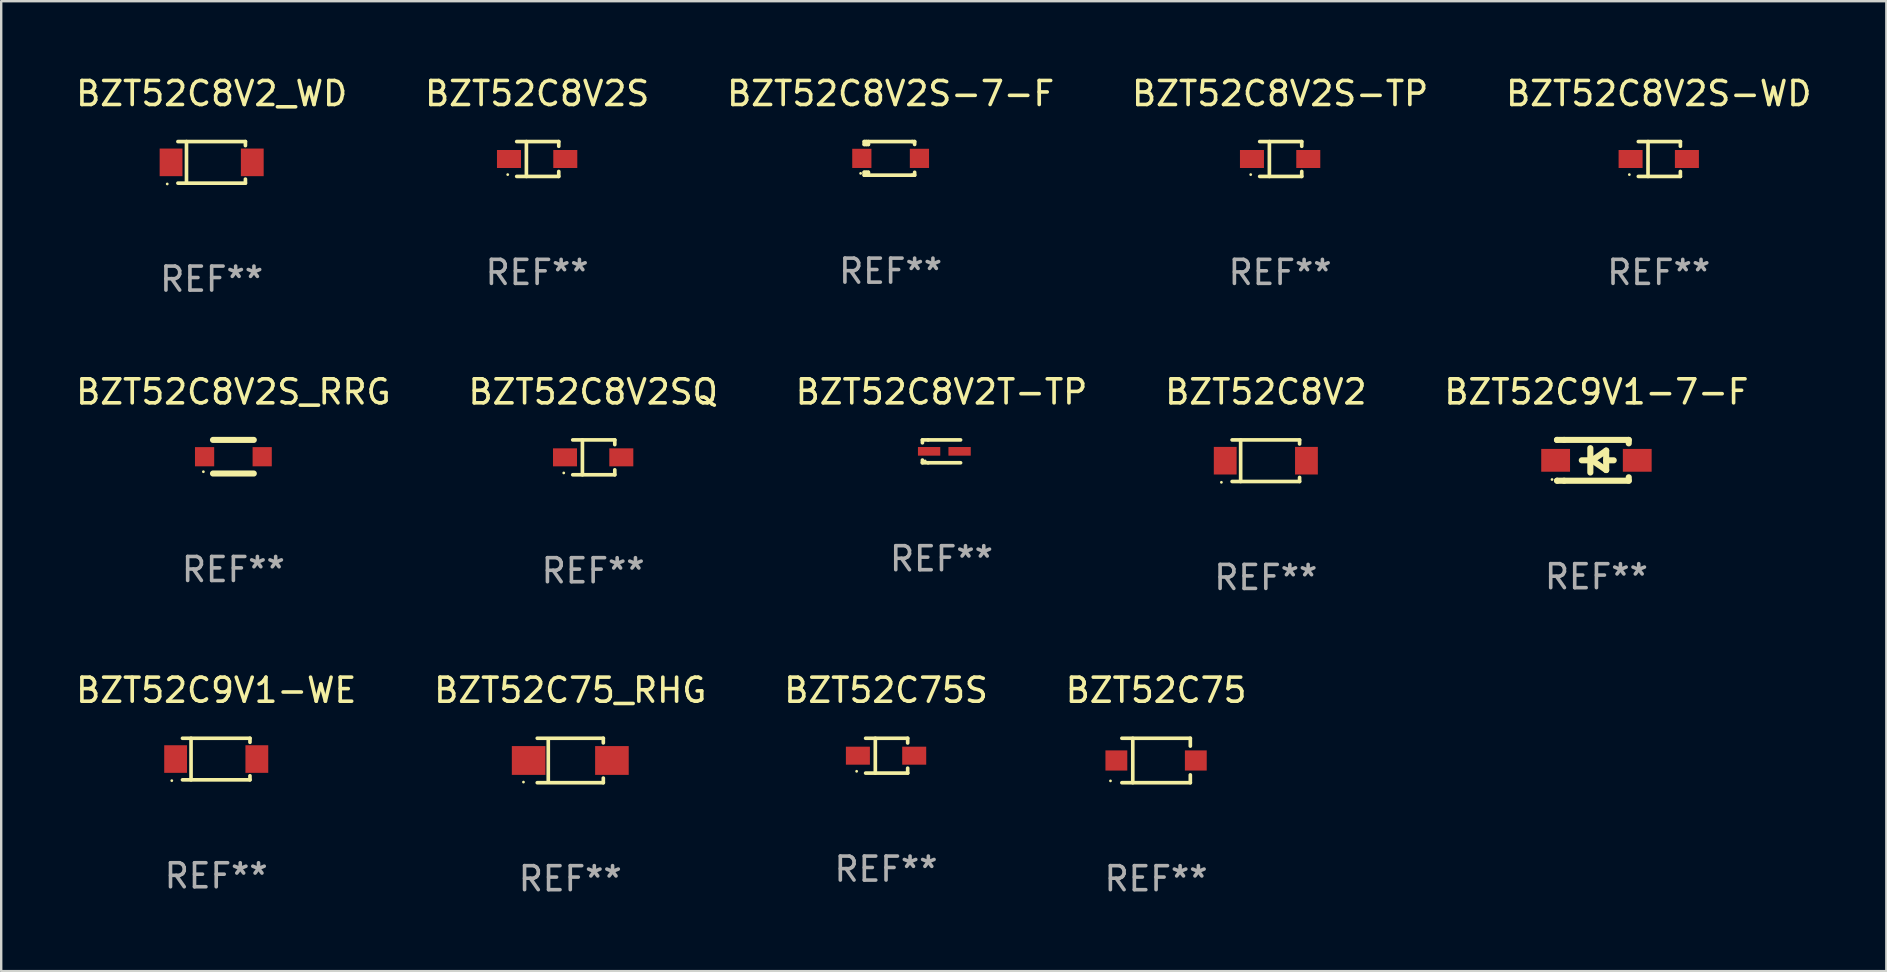
<source format=kicad_pcb>
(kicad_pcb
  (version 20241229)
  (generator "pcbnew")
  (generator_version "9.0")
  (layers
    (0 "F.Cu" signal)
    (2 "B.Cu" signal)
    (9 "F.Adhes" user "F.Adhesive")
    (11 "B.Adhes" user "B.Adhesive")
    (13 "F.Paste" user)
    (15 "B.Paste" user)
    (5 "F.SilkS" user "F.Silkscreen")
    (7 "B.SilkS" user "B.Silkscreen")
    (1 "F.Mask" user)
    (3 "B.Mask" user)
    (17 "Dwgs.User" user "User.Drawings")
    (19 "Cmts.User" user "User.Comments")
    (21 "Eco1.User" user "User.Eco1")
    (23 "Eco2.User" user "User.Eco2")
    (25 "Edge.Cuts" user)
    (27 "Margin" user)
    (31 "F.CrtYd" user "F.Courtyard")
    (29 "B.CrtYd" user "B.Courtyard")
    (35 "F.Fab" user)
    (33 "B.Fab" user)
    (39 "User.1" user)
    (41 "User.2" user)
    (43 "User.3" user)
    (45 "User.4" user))
  (footprint "BZT52C8V2S"
    (layer "F.Cu")
    (at 19.327 3.574)
    (property "Reference" "BZT52C8V2S" (at 0 -2.726 0) (layer "F.SilkS") (effects (font (size 1 1) (thickness 0.15))))
    (attr through_hole)
    (fp_line (start -0.851 -0.726) (end 0.901 -0.726) (stroke (width 0.152) (type solid)) (layer "F.SilkS"))
    (fp_line (start -0.851 0.726) (end 0.901 0.726) (stroke (width 0.152) (type solid)) (layer "F.SilkS"))
    (fp_line (start -0.447 -0.726) (end -0.447 0.726) (stroke (width 0.152) (type solid)) (layer "F.SilkS"))
    (fp_line (start 0.901 -0.726) (end 0.901 -0.53) (stroke (width 0.152) (type solid)) (layer "F.SilkS"))
    (fp_line (start 0.901 0.726) (end 0.901 0.52) (stroke (width 0.152) (type solid)) (layer "F.SilkS"))
    (fp_circle (center -1.225 0.65) (end -1.195 0.65) (stroke (width 0.06) (type solid)) (fill no) (layer "F.SilkS"))
    (fp_text user "REF**" (at 0 4.726 0) (layer "F.Fab") (effects (font (size 1 1) (thickness 0.15))))
    (pad "1" smd rect (at -1.173 0) (size 1 0.75) (layers "F.Cu" "F.Mask" "F.Paste"))
    (pad "2" smd rect (at 1.173 0) (size 1 0.75) (layers "F.Cu" "F.Mask" "F.Paste")))
  (footprint "BZT52C9V1-7-F"
    (layer "F.Cu")
    (at 63.458 16.127)
    (property "Reference" "BZT52C9V1-7-F" (at 0 -2.85 0) (layer "F.SilkS") (effects (font (size 1 1) (thickness 0.15))))
    (attr through_hole)
    (fp_line (start -1.643 -0.85) (end -1.644 -0.849) (stroke (width 0.254) (type solid)) (layer "F.SilkS"))
    (fp_line (start -1.638 0.85) (end -1.639 0.849) (stroke (width 0.254) (type solid)) (layer "F.SilkS"))
    (fp_line (start -1.346 -0.85) (end -1.643 -0.85) (stroke (width 0.254) (type solid)) (layer "F.SilkS"))
    (fp_line (start -1.346 -0.85) (end 1.346 -0.85) (stroke (width 0.254) (type solid)) (layer "F.SilkS"))
    (fp_line (start -1.346 0.85) (end -1.638 0.85) (stroke (width 0.254) (type solid)) (layer "F.SilkS"))
    (fp_line (start -0.28 0) (end -0.61 0) (stroke (width 0.254) (type solid)) (layer "F.SilkS"))
    (fp_line (start -0.254 -0.508) (end -0.254 0.508) (stroke (width 0.254) (type solid)) (layer "F.SilkS"))
    (fp_line (start -0.178 0) (end 0.406 -0.406) (stroke (width 0.254) (type solid)) (layer "F.SilkS"))
    (fp_line (start 0.406 -0.406) (end 0.406 0.406) (stroke (width 0.254) (type solid)) (layer "F.SilkS"))
    (fp_line (start 0.406 -0.000254) (end 0.72 -0.000254) (stroke (width 0.254) (type solid)) (layer "F.SilkS"))
    (fp_line (start 0.406 0.406) (end -0.178 0) (stroke (width 0.254) (type solid)) (layer "F.SilkS"))
    (fp_line (start 1.346 -0.85) (end 1.346 -0.706) (stroke (width 0.254) (type solid)) (layer "F.SilkS"))
    (fp_line (start 1.346 0.706) (end 1.346 0.85) (stroke (width 0.254) (type solid)) (layer "F.SilkS"))
    (fp_line (start 1.346 0.85) (end -1.346 0.85) (stroke (width 0.254) (type solid)) (layer "F.SilkS"))
    (fp_circle (center -1.85 0.8) (end -1.82 0.8) (stroke (width 0.06) (type solid)) (fill no) (layer "F.SilkS"))
    (fp_text user "REF**" (at 0 4.85 0) (layer "F.Fab") (effects (font (size 1 1) (thickness 0.15))))
    (pad "1" smd rect (at -1.7 0) (size 1.2 0.95) (layers "F.Cu" "F.Mask" "F.Paste"))
    (pad "2" smd rect (at 1.7 0) (size 1.2 0.95) (layers "F.Cu" "F.Mask" "F.Paste")))
  (footprint "BZT52C8V2T-TP"
    (layer "F.Cu")
    (at 36.173 15.753)
    (property "Reference" "BZT52C8V2T-TP" (at 0 -2.476 0) (layer "F.SilkS") (effects (font (size 1 1) (thickness 0.15))))
    (attr through_hole)
    (fp_line (start -0.795 -0.476) (end -0.795 -0.356) (stroke (width 0.152) (type solid)) (layer "F.SilkS"))
    (fp_line (start -0.795 0.363) (end -0.795 0.476) (stroke (width 0.152) (type solid)) (layer "F.SilkS"))
    (fp_line (start -0.795 0.476) (end -0.557 0.476) (stroke (width 0.152) (type solid)) (layer "F.SilkS"))
    (fp_line (start -0.557 -0.476) (end -0.795 -0.476) (stroke (width 0.152) (type solid)) (layer "F.SilkS"))
    (fp_line (start -0.557 -0.476) (end 0.795 -0.476) (stroke (width 0.152) (type solid)) (layer "F.SilkS"))
    (fp_line (start -0.557 0.476) (end 0.795 0.476) (stroke (width 0.152) (type solid)) (layer "F.SilkS"))
    (fp_circle (center -0.681 0.4) (end -0.651 0.4) (stroke (width 0.06) (type solid)) (fill no) (layer "F.SilkS"))
    (fp_text user "REF**" (at 0 4.476 0) (layer "F.Fab") (effects (font (size 1 1) (thickness 0.15))))
    (pad "1" smd rect (at -0.516 0 180) (size 0.93 0.36) (layers "F.Cu" "F.Mask" "F.Paste"))
    (pad "2" smd rect (at 0.754 0 180) (size 0.93 0.36) (layers "F.Cu" "F.Mask" "F.Paste")))
  (footprint "BZT52C8V2S-WD"
    (layer "F.Cu")
    (at 66.054 3.574)
    (property "Reference" "BZT52C8V2S-WD" (at 0 -2.726 0) (layer "F.SilkS") (effects (font (size 1 1) (thickness 0.15))))
    (attr through_hole)
    (fp_line (start -0.851 -0.726) (end 0.901 -0.726) (stroke (width 0.152) (type solid)) (layer "F.SilkS"))
    (fp_line (start -0.851 0.726) (end 0.901 0.726) (stroke (width 0.152) (type solid)) (layer "F.SilkS"))
    (fp_line (start -0.447 -0.726) (end -0.447 0.726) (stroke (width 0.152) (type solid)) (layer "F.SilkS"))
    (fp_line (start 0.901 -0.726) (end 0.901 -0.53) (stroke (width 0.152) (type solid)) (layer "F.SilkS"))
    (fp_line (start 0.901 0.726) (end 0.901 0.52) (stroke (width 0.152) (type solid)) (layer "F.SilkS"))
    (fp_circle (center -1.225 0.65) (end -1.195 0.65) (stroke (width 0.06) (type solid)) (fill no) (layer "F.SilkS"))
    (fp_text user "REF**" (at 0 4.726 0) (layer "F.Fab") (effects (font (size 1 1) (thickness 0.15))))
    (pad "1" smd rect (at -1.173 0) (size 1 0.75) (layers "F.Cu" "F.Mask" "F.Paste"))
    (pad "2" smd rect (at 1.173 0) (size 1 0.75) (layers "F.Cu" "F.Mask" "F.Paste")))
  (footprint "BZT52C75_RHG"
    (layer "F.Cu")
    (at 20.708 28.632)
    (property "Reference" "BZT52C75_RHG" (at 0 -2.926 0) (layer "F.SilkS") (effects (font (size 1 1) (thickness 0.15))))
    (attr through_hole)
    (fp_line (start -1.376 -0.926) (end 1.376 -0.926) (stroke (width 0.152) (type solid)) (layer "F.SilkS"))
    (fp_line (start -1.376 0.926) (end 1.376 0.926) (stroke (width 0.152) (type solid)) (layer "F.SilkS"))
    (fp_line (start -0.917 -0.876) (end -0.917 0.876) (stroke (width 0.152) (type solid)) (layer "F.SilkS"))
    (fp_line (start 1.376 -0.926) (end 1.376 -0.733) (stroke (width 0.152) (type solid)) (layer "F.SilkS"))
    (fp_line (start 1.376 0.926) (end 1.376 0.733) (stroke (width 0.152) (type solid)) (layer "F.SilkS"))
    (fp_circle (center -1.95 0.9) (end -1.92 0.9) (stroke (width 0.06) (type solid)) (fill no) (layer "F.SilkS"))
    (fp_text user "REF**" (at 0 4.926 0) (layer "F.Fab") (effects (font (size 1 1) (thickness 0.15))))
    (pad "1" smd rect (at -1.735 0) (size 1.4 1.2) (layers "F.Cu" "F.Mask" "F.Paste"))
    (pad "2" smd rect (at 1.735 0) (size 1.4 1.2) (layers "F.Cu" "F.Mask" "F.Paste")))
  (footprint "BZT52C75"
    (layer "F.Cu")
    (at 45.113 28.632)
    (property "Reference" "BZT52C75" (at 0 -2.926 0) (layer "F.SilkS") (effects (font (size 1 1) (thickness 0.15))))
    (attr through_hole)
    (fp_line (start -1.426 0.926) (end 1.426 0.926) (stroke (width 0.152) (type solid)) (layer "F.SilkS"))
    (fp_line (start -1.426 -0.926) (end 1.426 -0.926) (stroke (width 0.152) (type solid)) (layer "F.SilkS"))
    (fp_line (start -0.971 0.926) (end -0.971 -0.926) (stroke (width 0.152) (type solid)) (layer "F.SilkS"))
    (fp_line (start 1.426 -0.926) (end 1.426 -0.6) (stroke (width 0.152) (type solid)) (layer "F.SilkS"))
    (fp_line (start 1.426 0.6) (end 1.426 0.926) (stroke (width 0.152) (type solid)) (layer "F.SilkS"))
    (fp_circle (center -1.9 0.85) (end -1.87 0.85) (stroke (width 0.06) (type solid)) (fill no) (layer "F.SilkS"))
    (fp_text user "REF**" (at 0 4.926 0) (layer "F.Fab") (effects (font (size 1 1) (thickness 0.15))))
    (pad "1" smd rect (at -1.655 -0.000064) (size 0.91 0.84) (layers "F.Cu" "F.Mask" "F.Paste"))
    (pad "2" smd rect (at 1.655 -0.000064) (size 0.91 0.84) (layers "F.Cu" "F.Mask" "F.Paste")))
  (footprint "BZT52C8V2"
    (layer "F.Cu")
    (at 49.685 16.143)
    (property "Reference" "BZT52C8V2" (at 0 -2.866 0) (layer "F.SilkS") (effects (font (size 1 1) (thickness 0.15))))
    (attr through_hole)
    (fp_line (start -1.406 -0.866) (end 1.406 -0.866) (stroke (width 0.152) (type solid)) (layer "F.SilkS"))
    (fp_line (start -1.406 0.866) (end 1.406 0.866) (stroke (width 0.152) (type solid)) (layer "F.SilkS"))
    (fp_line (start -1.049 -0.866) (end -1.049 0.866) (stroke (width 0.152) (type solid)) (layer "F.SilkS"))
    (fp_line (start 1.406 -0.866) (end 1.406 -0.698) (stroke (width 0.152) (type solid)) (layer "F.SilkS"))
    (fp_line (start 1.406 0.866) (end 1.406 0.698) (stroke (width 0.152) (type solid)) (layer "F.SilkS"))
    (fp_circle (center -1.851 0.9) (end -1.821 0.9) (stroke (width 0.06) (type solid)) (fill no) (layer "F.SilkS"))
    (fp_text user "REF**" (at 0 4.866 0) (layer "F.Fab") (effects (font (size 1 1) (thickness 0.15))))
    (pad "1" smd rect (at -1.692 0) (size 0.95 1.15) (layers "F.Cu" "F.Mask" "F.Paste"))
    (pad "2" smd rect (at 1.692 0) (size 0.95 1.15) (layers "F.Cu" "F.Mask" "F.Paste")))
  (footprint "BZT52C9V1-WE"
    (layer "F.Cu")
    (at 5.958 28.572)
    (property "Reference" "BZT52C9V1-WE" (at 0 -2.866 0) (layer "F.SilkS") (effects (font (size 1 1) (thickness 0.15))))
    (attr through_hole)
    (fp_line (start -1.406 -0.866) (end 1.406 -0.866) (stroke (width 0.152) (type solid)) (layer "F.SilkS"))
    (fp_line (start -1.406 0.866) (end 1.406 0.866) (stroke (width 0.152) (type solid)) (layer "F.SilkS"))
    (fp_line (start -1.049 -0.866) (end -1.049 0.866) (stroke (width 0.152) (type solid)) (layer "F.SilkS"))
    (fp_line (start 1.406 -0.866) (end 1.406 -0.698) (stroke (width 0.152) (type solid)) (layer "F.SilkS"))
    (fp_line (start 1.406 0.866) (end 1.406 0.698) (stroke (width 0.152) (type solid)) (layer "F.SilkS"))
    (fp_circle (center -1.851 0.9) (end -1.821 0.9) (stroke (width 0.06) (type solid)) (fill no) (layer "F.SilkS"))
    (fp_text user "REF**" (at 0 4.866 0) (layer "F.Fab") (effects (font (size 1 1) (thickness 0.15))))
    (pad "1" smd rect (at -1.692 0) (size 0.95 1.15) (layers "F.Cu" "F.Mask" "F.Paste"))
    (pad "2" smd rect (at 1.692 0) (size 0.95 1.15) (layers "F.Cu" "F.Mask" "F.Paste")))
  (footprint "BZT52C75S"
    (layer "F.Cu")
    (at 33.863 28.432)
    (property "Reference" "BZT52C75S" (at 0 -2.726 0) (layer "F.SilkS") (effects (font (size 1 1) (thickness 0.15))))
    (attr through_hole)
    (fp_line (start -0.851 -0.726) (end 0.901 -0.726) (stroke (width 0.152) (type solid)) (layer "F.SilkS"))
    (fp_line (start -0.851 0.726) (end 0.901 0.726) (stroke (width 0.152) (type solid)) (layer "F.SilkS"))
    (fp_line (start -0.447 -0.726) (end -0.447 0.726) (stroke (width 0.152) (type solid)) (layer "F.SilkS"))
    (fp_line (start 0.901 -0.726) (end 0.901 -0.53) (stroke (width 0.152) (type solid)) (layer "F.SilkS"))
    (fp_line (start 0.901 0.726) (end 0.901 0.52) (stroke (width 0.152) (type solid)) (layer "F.SilkS"))
    (fp_circle (center -1.225 0.65) (end -1.195 0.65) (stroke (width 0.06) (type solid)) (fill no) (layer "F.SilkS"))
    (fp_text user "REF**" (at 0 4.726 0) (layer "F.Fab") (effects (font (size 1 1) (thickness 0.15))))
    (pad "1" smd rect (at -1.173 0) (size 1 0.75) (layers "F.Cu" "F.Mask" "F.Paste"))
    (pad "2" smd rect (at 1.173 0) (size 1 0.75) (layers "F.Cu" "F.Mask" "F.Paste")))
  (footprint "BZT52C8V2_WD"
    (layer "F.Cu")
    (at 5.768 3.714)
    (property "Reference" "BZT52C8V2_WD" (at 0 -2.866 0) (layer "F.SilkS") (effects (font (size 1 1) (thickness 0.15))))
    (attr through_hole)
    (fp_line (start -1.406 -0.866) (end 1.406 -0.866) (stroke (width 0.152) (type solid)) (layer "F.SilkS"))
    (fp_line (start -1.406 0.866) (end 1.406 0.866) (stroke (width 0.152) (type solid)) (layer "F.SilkS"))
    (fp_line (start -1.049 -0.866) (end -1.049 0.866) (stroke (width 0.152) (type solid)) (layer "F.SilkS"))
    (fp_line (start 1.406 -0.866) (end 1.406 -0.698) (stroke (width 0.152) (type solid)) (layer "F.SilkS"))
    (fp_line (start 1.406 0.866) (end 1.406 0.698) (stroke (width 0.152) (type solid)) (layer "F.SilkS"))
    (fp_circle (center -1.851 0.9) (end -1.821 0.9) (stroke (width 0.06) (type solid)) (fill no) (layer "F.SilkS"))
    (fp_text user "REF**" (at 0 4.866 0) (layer "F.Fab") (effects (font (size 1 1) (thickness 0.15))))
    (pad "1" smd rect (at -1.692 0) (size 0.95 1.15) (layers "F.Cu" "F.Mask" "F.Paste"))
    (pad "2" smd rect (at 1.692 0) (size 0.95 1.15) (layers "F.Cu" "F.Mask" "F.Paste")))
  (footprint "BZT52C8V2S-7-F"
    (layer "F.Cu")
    (at 34.054 3.548)
    (property "Reference" "BZT52C8V2S-7-F" (at 0 -2.7 0) (layer "F.SilkS") (effects (font (size 1 1) (thickness 0.15))))
    (attr through_hole)
    (fp_line (start -1.1 -0.7) (end -1.1 -0.58) (stroke (width 0.152) (type solid)) (layer "F.SilkS"))
    (fp_line (start -1.1 0.58) (end -1.1 0.7) (stroke (width 0.152) (type solid)) (layer "F.SilkS"))
    (fp_line (start -1.1 0.58) (end -0.927 0.58) (stroke (width 0.152) (type solid)) (layer "F.SilkS"))
    (fp_line (start -1.1 0.7) (end 0.9 0.7) (stroke (width 0.152) (type solid)) (layer "F.SilkS"))
    (fp_line (start -1.014 -0.58) (end -1.014 -0.7) (stroke (width 0.152) (type solid)) (layer "F.SilkS"))
    (fp_line (start -1.014 0.7) (end -1.014 0.58) (stroke (width 0.152) (type solid)) (layer "F.SilkS"))
    (fp_line (start -0.927 -0.7) (end -0.927 -0.58) (stroke (width 0.152) (type solid)) (layer "F.SilkS"))
    (fp_line (start -0.927 -0.58) (end -1.1 -0.58) (stroke (width 0.152) (type solid)) (layer "F.SilkS"))
    (fp_line (start -0.927 0.58) (end -0.927 0.7) (stroke (width 0.152) (type solid)) (layer "F.SilkS"))
    (fp_line (start 0.9 -0.7) (end -1.1 -0.7) (stroke (width 0.152) (type solid)) (layer "F.SilkS"))
    (fp_line (start 0.9 0.7) (end 1 0.7) (stroke (width 0.152) (type solid)) (layer "F.SilkS"))
    (fp_line (start 1 -0.7) (end 0.9 -0.7) (stroke (width 0.152) (type solid)) (layer "F.SilkS"))
    (fp_line (start 1 -0.58) (end 1 -0.7) (stroke (width 0.152) (type solid)) (layer "F.SilkS"))
    (fp_line (start 1 0.7) (end 1 0.58) (stroke (width 0.152) (type solid)) (layer "F.SilkS"))
    (fp_circle (center -1.25 0.625) (end -1.22 0.625) (stroke (width 0.06) (type solid)) (fill no) (layer "F.SilkS"))
    (fp_text user "REF**" (at 0 4.7 0) (layer "F.Fab") (effects (font (size 1 1) (thickness 0.15))))
    (pad "1" smd rect (at -1.2 0) (size 0.8 0.8) (layers "F.Cu" "F.Mask" "F.Paste"))
    (pad "2" smd rect (at 1.2 0) (size 0.8 0.8) (layers "F.Cu" "F.Mask" "F.Paste")))
  (footprint "BZT52C8V2SQ"
    (layer "F.Cu")
    (at 21.661 16.003)
    (property "Reference" "BZT52C8V2SQ" (at 0 -2.726 0) (layer "F.SilkS") (effects (font (size 1 1) (thickness 0.15))))
    (attr through_hole)
    (fp_line (start -0.851 -0.726) (end 0.901 -0.726) (stroke (width 0.152) (type solid)) (layer "F.SilkS"))
    (fp_line (start -0.851 0.726) (end 0.901 0.726) (stroke (width 0.152) (type solid)) (layer "F.SilkS"))
    (fp_line (start -0.447 -0.726) (end -0.447 0.726) (stroke (width 0.152) (type solid)) (layer "F.SilkS"))
    (fp_line (start 0.901 -0.726) (end 0.901 -0.53) (stroke (width 0.152) (type solid)) (layer "F.SilkS"))
    (fp_line (start 0.901 0.726) (end 0.901 0.52) (stroke (width 0.152) (type solid)) (layer "F.SilkS"))
    (fp_circle (center -1.225 0.65) (end -1.195 0.65) (stroke (width 0.06) (type solid)) (fill no) (layer "F.SilkS"))
    (fp_text user "REF**" (at 0 4.726 0) (layer "F.Fab") (effects (font (size 1 1) (thickness 0.15))))
    (pad "1" smd rect (at -1.173 0) (size 1 0.75) (layers "F.Cu" "F.Mask" "F.Paste"))
    (pad "2" smd rect (at 1.173 0) (size 1 0.75) (layers "F.Cu" "F.Mask" "F.Paste")))
  (footprint "BZT52C8V2S_RRG"
    (layer "F.Cu")
    (at 6.673 15.977)
    (property "Reference" "BZT52C8V2S_RRG" (at 0 -2.7 0) (layer "F.SilkS") (effects (font (size 1 1) (thickness 0.15))))
    (attr through_hole)
    (fp_line (start -0.85 -0.7) (end 0.85 -0.7) (stroke (width 0.254) (type solid)) (layer "F.SilkS"))
    (fp_line (start -0.85 0.7) (end 0.85 0.7) (stroke (width 0.254) (type solid)) (layer "F.SilkS"))
    (fp_circle (center -1.25 0.625) (end -1.22 0.625) (stroke (width 0.06) (type solid)) (fill no) (layer "F.SilkS"))
    (fp_text user "REF**" (at 0 4.7 0) (layer "F.Fab") (effects (font (size 1 1) (thickness 0.15))))
    (pad "1" smd rect (at -1.2 0) (size 0.8 0.8) (layers "F.Cu" "F.Mask" "F.Paste"))
    (pad "2" smd rect (at 1.2 0) (size 0.8 0.8) (layers "F.Cu" "F.Mask" "F.Paste")))
  (footprint "BZT52C8V2S-TP"
    (layer "F.Cu")
    (at 50.28 3.574)
    (property "Reference" "BZT52C8V2S-TP" (at 0 -2.726 0) (layer "F.SilkS") (effects (font (size 1 1) (thickness 0.15))))
    (attr through_hole)
    (fp_line (start -0.851 -0.726) (end 0.901 -0.726) (stroke (width 0.152) (type solid)) (layer "F.SilkS"))
    (fp_line (start -0.851 0.726) (end 0.901 0.726) (stroke (width 0.152) (type solid)) (layer "F.SilkS"))
    (fp_line (start -0.447 -0.726) (end -0.447 0.726) (stroke (width 0.152) (type solid)) (layer "F.SilkS"))
    (fp_line (start 0.901 -0.726) (end 0.901 -0.53) (stroke (width 0.152) (type solid)) (layer "F.SilkS"))
    (fp_line (start 0.901 0.726) (end 0.901 0.52) (stroke (width 0.152) (type solid)) (layer "F.SilkS"))
    (fp_circle (center -1.225 0.65) (end -1.195 0.65) (stroke (width 0.06) (type solid)) (fill no) (layer "F.SilkS"))
    (fp_text user "REF**" (at 0 4.726 0) (layer "F.Fab") (effects (font (size 1 1) (thickness 0.15))))
    (pad "1" smd rect (at -1.173 0) (size 1 0.75) (layers "F.Cu" "F.Mask" "F.Paste"))
    (pad "2" smd rect (at 1.173 0) (size 1 0.75) (layers "F.Cu" "F.Mask" "F.Paste")))
  (gr_rect
    (start -3 -3)
    (end 75.536 37.407)
    (stroke (width 0.1) (type default))
    (fill no)
    (layer "Edge.Cuts")))
</source>
